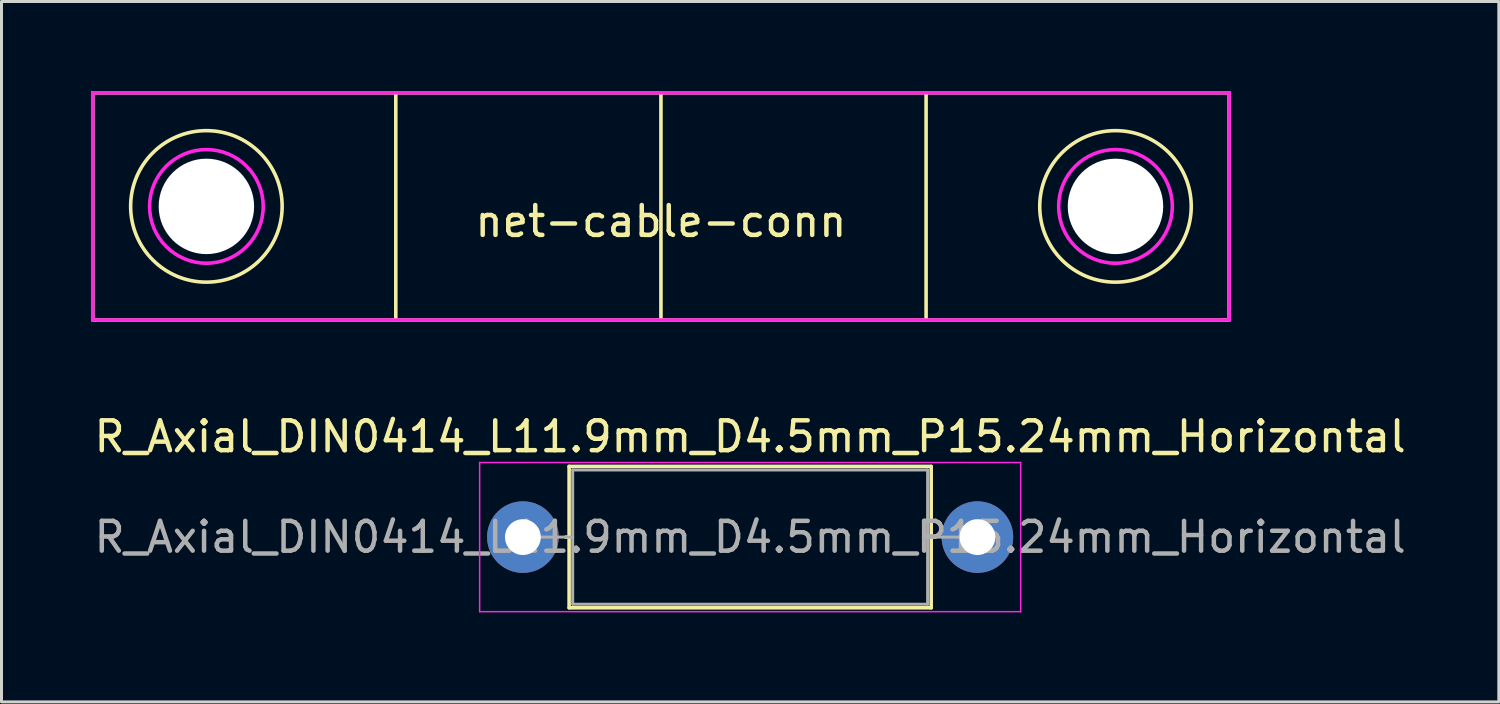
<source format=kicad_pcb>
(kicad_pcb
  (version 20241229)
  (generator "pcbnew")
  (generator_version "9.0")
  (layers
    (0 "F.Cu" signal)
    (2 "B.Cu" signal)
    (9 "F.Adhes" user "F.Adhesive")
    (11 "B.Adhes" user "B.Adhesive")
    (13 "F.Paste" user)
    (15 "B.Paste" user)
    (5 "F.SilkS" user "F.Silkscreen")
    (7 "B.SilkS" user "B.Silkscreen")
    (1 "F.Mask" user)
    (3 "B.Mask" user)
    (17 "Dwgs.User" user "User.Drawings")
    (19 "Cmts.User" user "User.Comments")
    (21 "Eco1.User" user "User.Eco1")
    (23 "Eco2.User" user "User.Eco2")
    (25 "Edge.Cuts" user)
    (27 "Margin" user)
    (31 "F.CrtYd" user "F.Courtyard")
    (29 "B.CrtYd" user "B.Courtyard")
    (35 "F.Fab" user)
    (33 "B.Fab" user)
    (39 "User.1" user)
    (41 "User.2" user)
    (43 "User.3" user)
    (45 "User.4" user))
  (footprint "net-cable-conn"
    (layer "F.Cu")
    (at 19.11 3.87)
    (property "Reference" "net-cable-conn" (at 0 0.5 0) (layer "F.SilkS") (effects (font (size 1 1) (thickness 0.15))))
    (attr through_hole)
    (fp_line (start -19.05 -3.81) (end 19.05 -3.81) (stroke (width 0.12) (type solid)) (layer "F.SilkS"))
    (fp_line (start -19.05 3.81) (end -19.05 -3.81) (stroke (width 0.12) (type solid)) (layer "F.SilkS"))
    (fp_line (start -8.89 -3.81) (end -8.89 3.81) (stroke (width 0.12) (type solid)) (layer "F.SilkS"))
    (fp_line (start 0 -3.81) (end 0 3.81) (stroke (width 0.12) (type solid)) (layer "F.SilkS"))
    (fp_line (start 8.89 -3.81) (end 8.89 3.81) (stroke (width 0.12) (type solid)) (layer "F.SilkS"))
    (fp_line (start 19.05 -3.81) (end 19.05 3.81) (stroke (width 0.12) (type solid)) (layer "F.SilkS"))
    (fp_line (start 19.05 3.81) (end -19.05 3.81) (stroke (width 0.12) (type solid)) (layer "F.SilkS"))
    (fp_circle (center -15.24 0) (end -15.24 -2.54) (stroke (width 0.12) (type solid)) (fill no) (layer "F.SilkS"))
    (fp_circle (center 15.24 0) (end 15.24 -2.54) (stroke (width 0.12) (type solid)) (fill no) (layer "F.SilkS"))
    (fp_line (start -19.05 -3.81) (end 19.05 -3.81) (stroke (width 0.12) (type solid)) (layer "F.CrtYd"))
    (fp_line (start -19.05 3.81) (end -19.05 -3.81) (stroke (width 0.12) (type solid)) (layer "F.CrtYd"))
    (fp_line (start 19.05 -3.81) (end 19.05 3.81) (stroke (width 0.12) (type solid)) (layer "F.CrtYd"))
    (fp_line (start 19.05 3.81) (end -19.05 3.81) (stroke (width 0.12) (type solid)) (layer "F.CrtYd"))
    (fp_circle (center -15.24 0) (end -15.24 -1.905) (stroke (width 0.12) (type solid)) (fill no) (layer "F.CrtYd"))
    (fp_circle (center 15.24 0) (end 15.24 -1.905) (stroke (width 0.12) (type solid)) (fill no) (layer "F.CrtYd"))
    (pad "" np_thru_hole circle (at -15.24 0) (size 3.2 3.2) (drill 3.2) (layers "*.Cu" "*.Mask"))
    (pad "" np_thru_hole circle (at 15.24 0) (size 3.2 3.2) (drill 3.2) (layers "*.Cu" "*.Mask")))
  (footprint "R_Axial_DIN0414_L11.9mm_D4.5mm_P15.24mm_Horizontal"
    (layer "F.Cu")
    (at 14.481 14.958)
    (property "Reference" "R_Axial_DIN0414_L11.9mm_D4.5mm_P15.24mm_Horizontal" (at 7.62 -3.37 180) (layer "F.SilkS") (effects (font (size 1 1) (thickness 0.15))))
    (attr through_hole)
    (fp_line (start 1.44 0) (end 1.55 0) (stroke (width 0.12) (type solid)) (layer "F.SilkS"))
    (fp_line (start 1.55 -2.37) (end 1.55 2.37) (stroke (width 0.12) (type solid)) (layer "F.SilkS"))
    (fp_line (start 1.55 2.37) (end 13.69 2.37) (stroke (width 0.12) (type solid)) (layer "F.SilkS"))
    (fp_line (start 13.69 -2.37) (end 1.55 -2.37) (stroke (width 0.12) (type solid)) (layer "F.SilkS"))
    (fp_line (start 13.69 2.37) (end 13.69 -2.37) (stroke (width 0.12) (type solid)) (layer "F.SilkS"))
    (fp_line (start 13.8 0) (end 13.69 0) (stroke (width 0.12) (type solid)) (layer "F.SilkS"))
    (fp_line (start -1.45 -2.5) (end -1.45 2.5) (stroke (width 0.05) (type solid)) (layer "F.CrtYd"))
    (fp_line (start -1.45 2.5) (end 16.69 2.5) (stroke (width 0.05) (type solid)) (layer "F.CrtYd"))
    (fp_line (start 16.69 -2.5) (end -1.45 -2.5) (stroke (width 0.05) (type solid)) (layer "F.CrtYd"))
    (fp_line (start 16.69 2.5) (end 16.69 -2.5) (stroke (width 0.05) (type solid)) (layer "F.CrtYd"))
    (fp_line (start 0 0) (end 1.67 0) (stroke (width 0.1) (type solid)) (layer "F.Fab"))
    (fp_line (start 1.67 -2.25) (end 1.67 2.25) (stroke (width 0.1) (type solid)) (layer "F.Fab"))
    (fp_line (start 1.67 2.25) (end 13.57 2.25) (stroke (width 0.1) (type solid)) (layer "F.Fab"))
    (fp_line (start 13.57 -2.25) (end 1.67 -2.25) (stroke (width 0.1) (type solid)) (layer "F.Fab"))
    (fp_line (start 13.57 2.25) (end 13.57 -2.25) (stroke (width 0.1) (type solid)) (layer "F.Fab"))
    (fp_line (start 15.24 0) (end 13.57 0) (stroke (width 0.1) (type solid)) (layer "F.Fab"))
    (fp_text user "${REFERENCE}" (at 7.62 0 180) (layer "F.Fab") (effects (font (size 1 1) (thickness 0.15))))
    (pad "1" thru_hole circle (at 0 0) (size 2.4 2.4) (drill 1.2) (layers "*.Cu" "*.Mask"))
    (pad "2" thru_hole oval (at 15.24 0) (size 2.4 2.4) (drill 1.2) (layers "*.Cu" "*.Mask")))
  (gr_rect
    (start -3 -3)
    (end 47.202 20.483)
    (stroke (width 0.1) (type default))
    (fill no)
    (layer "Edge.Cuts")))
</source>
